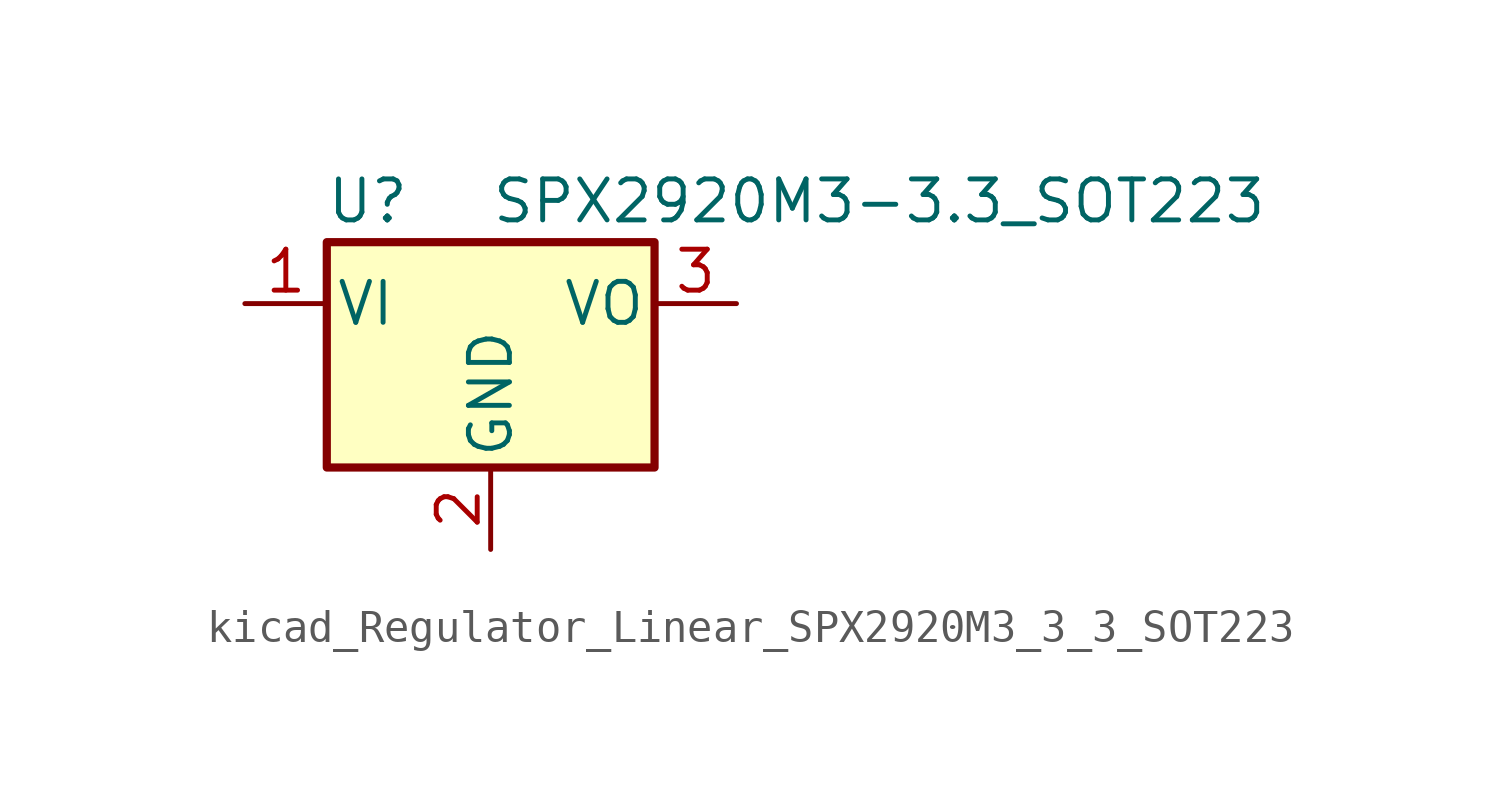
<source format=kicad_sym>
(kicad_symbol_lib
  (version 20220914)
  (generator kicad_symbol_editor)
  (symbol "kicad_Regulator_Linear_SPX2920M3_3_3_SOT223"
    (pin_names
      (offset 0.254))
    (property "Reference" "U"
      (at -3.81 3.175 0)
      (effects (font (size 1.27 1.27))))
    (property "Value" "SPX2920M3-3.3_SOT223"
      (at 0 3.175 0)
      (effects (font (size 1.27 1.27)) (justify left)))
    (symbol "kicad_Regulator_Linear_SPX2920M3_3_3_SOT223_0_1"
      (rectangle (start -5.08 -5.08) (end 5.08 1.905) (stroke (width 0.254) (type default)) (fill (type background))))
    (symbol "kicad_Regulator_Linear_SPX2920M3_3_3_SOT223_1_1"
      (pin power_in line (at -7.62 0 0) (length 2.54) (name "VI" (effects (font (size 1.27 1.27)))) (number "1" (effects (font (size 1.27 1.27)))))
      (pin power_in line (at 0 -7.62 90) (length 2.54) (name "GND" (effects (font (size 1.27 1.27)))) (number "2" (effects (font (size 1.27 1.27)))))
      (pin power_out line (at 7.62 0 180) (length 2.54) (name "VO" (effects (font (size 1.27 1.27)))) (number "3" (effects (font (size 1.27 1.27))))))))
</source>
